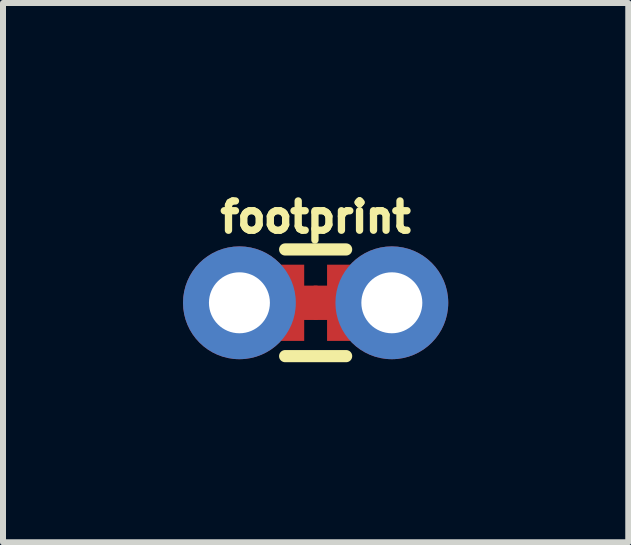
<source format=kicad_pcb>
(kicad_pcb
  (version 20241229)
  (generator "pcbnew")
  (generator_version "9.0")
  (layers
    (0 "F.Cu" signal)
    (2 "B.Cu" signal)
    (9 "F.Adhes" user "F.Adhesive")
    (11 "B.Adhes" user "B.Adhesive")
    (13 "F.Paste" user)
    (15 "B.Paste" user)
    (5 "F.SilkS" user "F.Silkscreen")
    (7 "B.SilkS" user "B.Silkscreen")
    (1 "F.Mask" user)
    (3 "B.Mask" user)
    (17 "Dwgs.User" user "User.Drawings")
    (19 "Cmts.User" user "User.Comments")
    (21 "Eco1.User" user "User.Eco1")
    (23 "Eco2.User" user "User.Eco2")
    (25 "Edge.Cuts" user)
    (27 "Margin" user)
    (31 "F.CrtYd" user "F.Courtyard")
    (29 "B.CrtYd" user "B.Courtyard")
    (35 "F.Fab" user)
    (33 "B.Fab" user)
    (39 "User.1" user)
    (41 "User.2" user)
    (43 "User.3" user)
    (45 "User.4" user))
  (footprint "footprint"
    (layer "F.Cu")
    (at 2.21 1.996)
    (property "Reference" "footprint" (at 0 -1.143 0) (layer "F.SilkS") (effects (font (size 0.488 0.488) (thickness 0.122)) (justify bottom)))
    (fp_poly (pts (xy 0.032 0.286) (xy -0.705 0.286) (xy -0.705 -0.286) (xy 0.032 -0.286)) (stroke (width 0) (type solid)) (fill yes) (layer "F.Cu"))
    (fp_poly (pts (xy 0.705 0.286) (xy -0.032 0.286) (xy -0.032 -0.286) (xy 0.705 -0.286)) (stroke (width 0) (type solid)) (fill yes) (layer "F.Cu"))
    (fp_poly (pts (xy 0.254 0.724) (xy -0.254 0.724) (xy -0.254 -0.724) (xy 0.254 -0.724)) (stroke (width 0) (type solid)) (fill yes) (layer "F.Mask"))
    (fp_line (start 0.508 -0.889) (end -0.508 -0.889) (stroke (width 0.203) (type solid)) (layer "F.SilkS"))
    (fp_line (start 0.508 0.889) (end -0.508 0.889) (stroke (width 0.203) (type solid)) (layer "F.SilkS"))
    (fp_poly (pts (xy -1.524 0.254) (xy -1.016 0.254) (xy -1.016 -0.254) (xy -1.524 -0.254)) (stroke (width 0.1) (type solid)) (fill no) (layer "F.Fab"))
    (fp_poly (pts (xy 1.016 0.254) (xy 1.524 0.254) (xy 1.524 -0.254) (xy 1.016 -0.254)) (stroke (width 0.1) (type solid)) (fill no) (layer "F.Fab"))
    (pad "1" smd rect (at -0.508 0) (size 0.635 1.27) (layers "F.Cu" "F.Mask"))
    (pad "2" smd rect (at 0.508 0) (size 0.635 1.27) (layers "F.Cu" "F.Mask"))
    (pad "3" thru_hole circle (at -1.27 0 90) (size 1.88 1.88) (drill 1.016) (layers "*.Cu" "*.Mask"))
    (pad "4" thru_hole circle (at 1.27 0 90) (size 1.88 1.88) (drill 1.016) (layers "*.Cu" "*.Mask")))
  (gr_rect
    (start -3 -3)
    (end 7.42 5.987)
    (stroke (width 0.1) (type default))
    (fill no)
    (layer "Edge.Cuts")))
</source>
